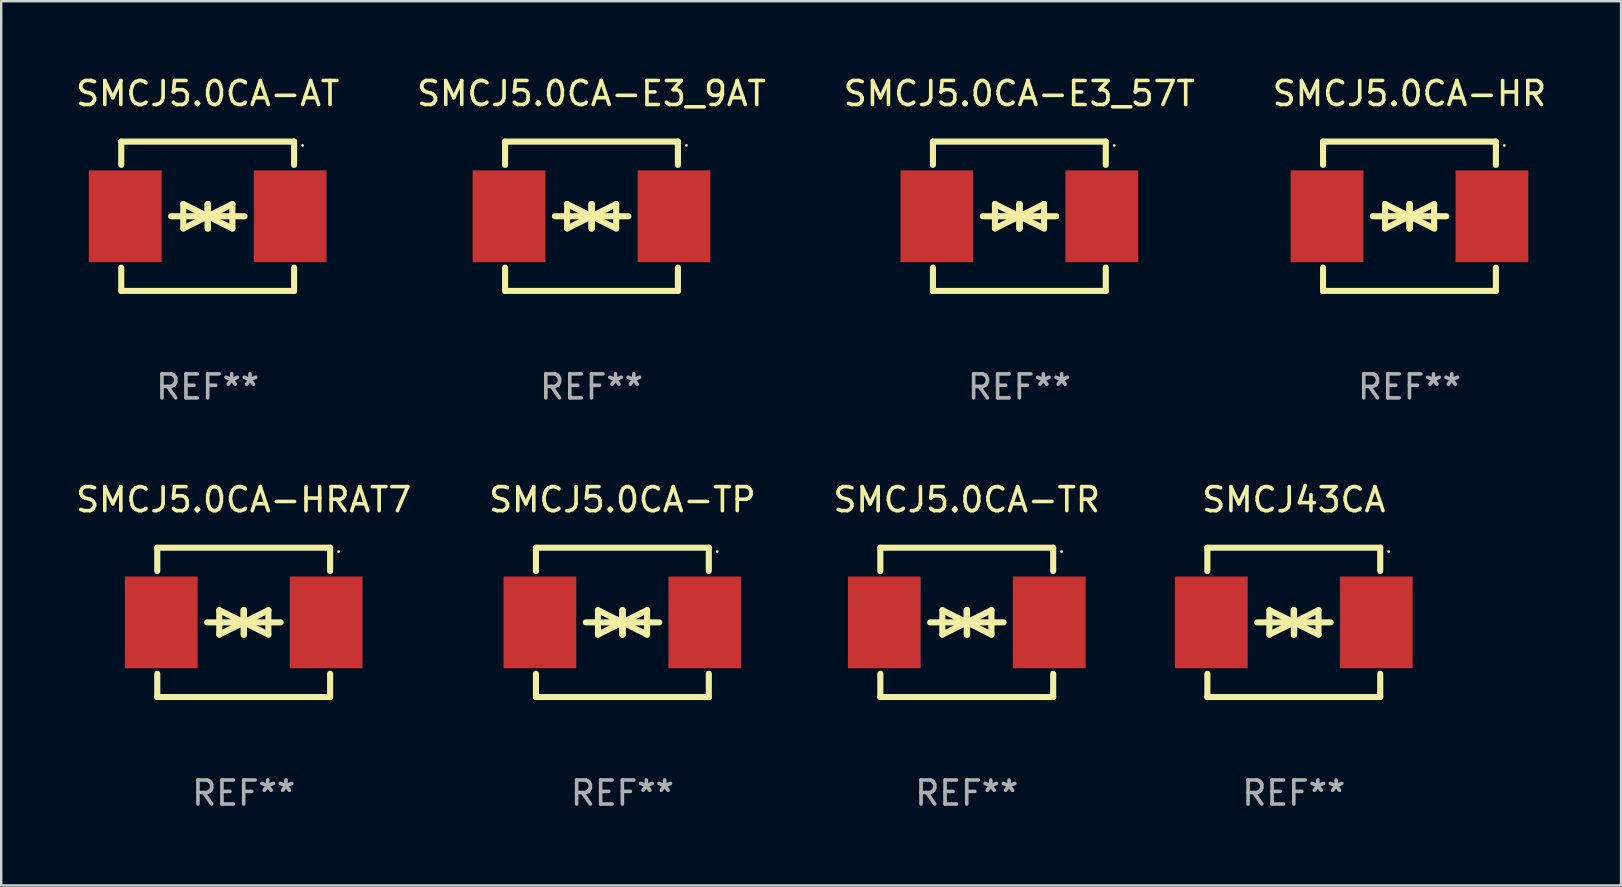
<source format=kicad_pcb>
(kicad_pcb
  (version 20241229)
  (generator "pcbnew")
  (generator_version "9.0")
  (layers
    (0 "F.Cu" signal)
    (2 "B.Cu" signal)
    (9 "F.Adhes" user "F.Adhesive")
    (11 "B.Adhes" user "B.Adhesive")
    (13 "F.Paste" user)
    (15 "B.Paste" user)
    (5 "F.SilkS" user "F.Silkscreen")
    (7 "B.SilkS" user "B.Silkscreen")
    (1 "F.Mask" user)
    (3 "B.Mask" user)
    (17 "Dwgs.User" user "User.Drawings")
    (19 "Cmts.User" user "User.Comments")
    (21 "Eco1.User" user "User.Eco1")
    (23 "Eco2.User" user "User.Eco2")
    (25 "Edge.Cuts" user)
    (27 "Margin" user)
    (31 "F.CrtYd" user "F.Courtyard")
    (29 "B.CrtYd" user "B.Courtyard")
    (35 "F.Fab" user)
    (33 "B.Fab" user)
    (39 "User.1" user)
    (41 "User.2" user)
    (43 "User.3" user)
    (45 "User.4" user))
  (footprint "SMCJ43CA"
    (layer "F.Cu")
    (at 50.843 22.875)
    (property "Reference" "SMCJ43CA" (at 0 -5.11 0) (layer "F.SilkS") (effects (font (size 1 1) (thickness 0.15))))
    (attr through_hole)
    (fp_line (start -3.6 -2.141) (end -3.6 -3.11) (stroke (width 0.254) (type solid)) (layer "F.SilkS"))
    (fp_line (start -3.6 3.11) (end -3.6 2.141) (stroke (width 0.254) (type solid)) (layer "F.SilkS"))
    (fp_line (start -1.524 0) (end 0.508 0) (stroke (width 0.254) (type solid)) (layer "F.SilkS"))
    (fp_line (start -1.016 -0.508) (end -1.016 0.508) (stroke (width 0.254) (type solid)) (layer "F.SilkS"))
    (fp_line (start -1.016 0.508) (end 0 0) (stroke (width 0.254) (type solid)) (layer "F.SilkS"))
    (fp_line (start 0 -0.508) (end 0 0.508) (stroke (width 0.254) (type solid)) (layer "F.SilkS"))
    (fp_line (start 0 0) (end -1.016 -0.508) (stroke (width 0.254) (type solid)) (layer "F.SilkS"))
    (fp_line (start 0 0) (end 0 -0.508) (stroke (width 0.254) (type solid)) (layer "F.SilkS"))
    (fp_line (start 0.012 0) (end 0.012 0.508) (stroke (width 0.254) (type solid)) (layer "F.SilkS"))
    (fp_line (start 0.012 0) (end 1.028 0.508) (stroke (width 0.254) (type solid)) (layer "F.SilkS"))
    (fp_line (start 0.012 0.508) (end 0.012 -0.508) (stroke (width 0.254) (type solid)) (layer "F.SilkS"))
    (fp_line (start 1.028 -0.508) (end 0.012 0) (stroke (width 0.254) (type solid)) (layer "F.SilkS"))
    (fp_line (start 1.028 0.508) (end 1.028 -0.508) (stroke (width 0.254) (type solid)) (layer "F.SilkS"))
    (fp_line (start 1.536 0) (end -0.496 0) (stroke (width 0.254) (type solid)) (layer "F.SilkS"))
    (fp_line (start 3.6 -3.11) (end -3.6 -3.11) (stroke (width 0.254) (type solid)) (layer "F.SilkS"))
    (fp_line (start 3.6 -2.141) (end 3.6 -3.11) (stroke (width 0.254) (type solid)) (layer "F.SilkS"))
    (fp_line (start 3.6 3.11) (end -3.6 3.11) (stroke (width 0.254) (type solid)) (layer "F.SilkS"))
    (fp_line (start 3.6 3.11) (end 3.6 2.141) (stroke (width 0.254) (type solid)) (layer "F.SilkS"))
    (fp_circle (center 3.952 -2.95) (end 3.982 -2.95) (stroke (width 0.06) (type solid)) (fill no) (layer "F.SilkS"))
    (fp_text user "REF**" (at 0 7.11 0) (layer "F.Fab") (effects (font (size 1 1) (thickness 0.15))))
    (pad "1" smd rect (at 3.435 0) (size 3.03 3.82) (layers "F.Cu" "F.Mask" "F.Paste"))
    (pad "2" smd rect (at -3.435 0) (size 3.03 3.82) (layers "F.Cu" "F.Mask" "F.Paste")))
  (footprint "SMCJ5.0CA-E3_9AT"
    (layer "F.Cu")
    (at 21.589 5.958)
    (property "Reference" "SMCJ5.0CA-E3_9AT" (at 0 -5.11 0) (layer "F.SilkS") (effects (font (size 1 1) (thickness 0.15))))
    (attr through_hole)
    (fp_line (start -3.6 -2.141) (end -3.6 -3.11) (stroke (width 0.254) (type solid)) (layer "F.SilkS"))
    (fp_line (start -3.6 3.11) (end -3.6 2.141) (stroke (width 0.254) (type solid)) (layer "F.SilkS"))
    (fp_line (start -1.524 0) (end 0.508 0) (stroke (width 0.254) (type solid)) (layer "F.SilkS"))
    (fp_line (start -1.016 -0.508) (end -1.016 0.508) (stroke (width 0.254) (type solid)) (layer "F.SilkS"))
    (fp_line (start -1.016 0.508) (end 0 0) (stroke (width 0.254) (type solid)) (layer "F.SilkS"))
    (fp_line (start 0 -0.508) (end 0 0.508) (stroke (width 0.254) (type solid)) (layer "F.SilkS"))
    (fp_line (start 0 0) (end -1.016 -0.508) (stroke (width 0.254) (type solid)) (layer "F.SilkS"))
    (fp_line (start 0 0) (end 0 -0.508) (stroke (width 0.254) (type solid)) (layer "F.SilkS"))
    (fp_line (start 0.012 0) (end 0.012 0.508) (stroke (width 0.254) (type solid)) (layer "F.SilkS"))
    (fp_line (start 0.012 0) (end 1.028 0.508) (stroke (width 0.254) (type solid)) (layer "F.SilkS"))
    (fp_line (start 0.012 0.508) (end 0.012 -0.508) (stroke (width 0.254) (type solid)) (layer "F.SilkS"))
    (fp_line (start 1.028 -0.508) (end 0.012 0) (stroke (width 0.254) (type solid)) (layer "F.SilkS"))
    (fp_line (start 1.028 0.508) (end 1.028 -0.508) (stroke (width 0.254) (type solid)) (layer "F.SilkS"))
    (fp_line (start 1.536 0) (end -0.496 0) (stroke (width 0.254) (type solid)) (layer "F.SilkS"))
    (fp_line (start 3.6 -3.11) (end -3.6 -3.11) (stroke (width 0.254) (type solid)) (layer "F.SilkS"))
    (fp_line (start 3.6 -2.141) (end 3.6 -3.11) (stroke (width 0.254) (type solid)) (layer "F.SilkS"))
    (fp_line (start 3.6 3.11) (end -3.6 3.11) (stroke (width 0.254) (type solid)) (layer "F.SilkS"))
    (fp_line (start 3.6 3.11) (end 3.6 2.141) (stroke (width 0.254) (type solid)) (layer "F.SilkS"))
    (fp_circle (center 3.952 -2.95) (end 3.982 -2.95) (stroke (width 0.06) (type solid)) (fill no) (layer "F.SilkS"))
    (fp_text user "REF**" (at 0 7.11 0) (layer "F.Fab") (effects (font (size 1 1) (thickness 0.15))))
    (pad "1" smd rect (at 3.435 0) (size 3.03 3.82) (layers "F.Cu" "F.Mask" "F.Paste"))
    (pad "2" smd rect (at -3.435 0) (size 3.03 3.82) (layers "F.Cu" "F.Mask" "F.Paste")))
  (footprint "SMCJ5.0CA-E3_57T"
    (layer "F.Cu")
    (at 39.411 5.958)
    (property "Reference" "SMCJ5.0CA-E3_57T" (at 0 -5.11 0) (layer "F.SilkS") (effects (font (size 1 1) (thickness 0.15))))
    (attr through_hole)
    (fp_line (start -3.6 -2.141) (end -3.6 -3.11) (stroke (width 0.254) (type solid)) (layer "F.SilkS"))
    (fp_line (start -3.6 3.11) (end -3.6 2.141) (stroke (width 0.254) (type solid)) (layer "F.SilkS"))
    (fp_line (start -1.524 0) (end 0.508 0) (stroke (width 0.254) (type solid)) (layer "F.SilkS"))
    (fp_line (start -1.016 -0.508) (end -1.016 0.508) (stroke (width 0.254) (type solid)) (layer "F.SilkS"))
    (fp_line (start -1.016 0.508) (end 0 0) (stroke (width 0.254) (type solid)) (layer "F.SilkS"))
    (fp_line (start 0 -0.508) (end 0 0.508) (stroke (width 0.254) (type solid)) (layer "F.SilkS"))
    (fp_line (start 0 0) (end -1.016 -0.508) (stroke (width 0.254) (type solid)) (layer "F.SilkS"))
    (fp_line (start 0 0) (end 0 -0.508) (stroke (width 0.254) (type solid)) (layer "F.SilkS"))
    (fp_line (start 0.012 0) (end 0.012 0.508) (stroke (width 0.254) (type solid)) (layer "F.SilkS"))
    (fp_line (start 0.012 0) (end 1.028 0.508) (stroke (width 0.254) (type solid)) (layer "F.SilkS"))
    (fp_line (start 0.012 0.508) (end 0.012 -0.508) (stroke (width 0.254) (type solid)) (layer "F.SilkS"))
    (fp_line (start 1.028 -0.508) (end 0.012 0) (stroke (width 0.254) (type solid)) (layer "F.SilkS"))
    (fp_line (start 1.028 0.508) (end 1.028 -0.508) (stroke (width 0.254) (type solid)) (layer "F.SilkS"))
    (fp_line (start 1.536 0) (end -0.496 0) (stroke (width 0.254) (type solid)) (layer "F.SilkS"))
    (fp_line (start 3.6 -3.11) (end -3.6 -3.11) (stroke (width 0.254) (type solid)) (layer "F.SilkS"))
    (fp_line (start 3.6 -2.141) (end 3.6 -3.11) (stroke (width 0.254) (type solid)) (layer "F.SilkS"))
    (fp_line (start 3.6 3.11) (end -3.6 3.11) (stroke (width 0.254) (type solid)) (layer "F.SilkS"))
    (fp_line (start 3.6 3.11) (end 3.6 2.141) (stroke (width 0.254) (type solid)) (layer "F.SilkS"))
    (fp_circle (center 3.952 -2.95) (end 3.982 -2.95) (stroke (width 0.06) (type solid)) (fill no) (layer "F.SilkS"))
    (fp_text user "REF**" (at 0 7.11 0) (layer "F.Fab") (effects (font (size 1 1) (thickness 0.15))))
    (pad "1" smd rect (at 3.435 0) (size 3.03 3.82) (layers "F.Cu" "F.Mask" "F.Paste"))
    (pad "2" smd rect (at -3.435 0) (size 3.03 3.82) (layers "F.Cu" "F.Mask" "F.Paste")))
  (footprint "SMCJ5.0CA-TR"
    (layer "F.Cu")
    (at 37.22 22.875)
    (property "Reference" "SMCJ5.0CA-TR" (at 0 -5.11 0) (layer "F.SilkS") (effects (font (size 1 1) (thickness 0.15))))
    (attr through_hole)
    (fp_line (start -3.6 -2.141) (end -3.6 -3.11) (stroke (width 0.254) (type solid)) (layer "F.SilkS"))
    (fp_line (start -3.6 3.11) (end -3.6 2.141) (stroke (width 0.254) (type solid)) (layer "F.SilkS"))
    (fp_line (start -1.524 0) (end 0.508 0) (stroke (width 0.254) (type solid)) (layer "F.SilkS"))
    (fp_line (start -1.016 -0.508) (end -1.016 0.508) (stroke (width 0.254) (type solid)) (layer "F.SilkS"))
    (fp_line (start -1.016 0.508) (end 0 0) (stroke (width 0.254) (type solid)) (layer "F.SilkS"))
    (fp_line (start 0 -0.508) (end 0 0.508) (stroke (width 0.254) (type solid)) (layer "F.SilkS"))
    (fp_line (start 0 0) (end -1.016 -0.508) (stroke (width 0.254) (type solid)) (layer "F.SilkS"))
    (fp_line (start 0 0) (end 0 -0.508) (stroke (width 0.254) (type solid)) (layer "F.SilkS"))
    (fp_line (start 0.012 0) (end 0.012 0.508) (stroke (width 0.254) (type solid)) (layer "F.SilkS"))
    (fp_line (start 0.012 0) (end 1.028 0.508) (stroke (width 0.254) (type solid)) (layer "F.SilkS"))
    (fp_line (start 0.012 0.508) (end 0.012 -0.508) (stroke (width 0.254) (type solid)) (layer "F.SilkS"))
    (fp_line (start 1.028 -0.508) (end 0.012 0) (stroke (width 0.254) (type solid)) (layer "F.SilkS"))
    (fp_line (start 1.028 0.508) (end 1.028 -0.508) (stroke (width 0.254) (type solid)) (layer "F.SilkS"))
    (fp_line (start 1.536 0) (end -0.496 0) (stroke (width 0.254) (type solid)) (layer "F.SilkS"))
    (fp_line (start 3.6 -3.11) (end -3.6 -3.11) (stroke (width 0.254) (type solid)) (layer "F.SilkS"))
    (fp_line (start 3.6 -2.141) (end 3.6 -3.11) (stroke (width 0.254) (type solid)) (layer "F.SilkS"))
    (fp_line (start 3.6 3.11) (end -3.6 3.11) (stroke (width 0.254) (type solid)) (layer "F.SilkS"))
    (fp_line (start 3.6 3.11) (end 3.6 2.141) (stroke (width 0.254) (type solid)) (layer "F.SilkS"))
    (fp_circle (center 3.952 -2.95) (end 3.982 -2.95) (stroke (width 0.06) (type solid)) (fill no) (layer "F.SilkS"))
    (fp_text user "REF**" (at 0 7.11 0) (layer "F.Fab") (effects (font (size 1 1) (thickness 0.15))))
    (pad "1" smd rect (at 3.435 0) (size 3.03 3.82) (layers "F.Cu" "F.Mask" "F.Paste"))
    (pad "2" smd rect (at -3.435 0) (size 3.03 3.82) (layers "F.Cu" "F.Mask" "F.Paste")))
  (footprint "SMCJ5.0CA-TP"
    (layer "F.Cu")
    (at 22.875 22.875)
    (property "Reference" "SMCJ5.0CA-TP" (at 0 -5.11 0) (layer "F.SilkS") (effects (font (size 1 1) (thickness 0.15))))
    (attr through_hole)
    (fp_line (start -3.6 -2.141) (end -3.6 -3.11) (stroke (width 0.254) (type solid)) (layer "F.SilkS"))
    (fp_line (start -3.6 3.11) (end -3.6 2.141) (stroke (width 0.254) (type solid)) (layer "F.SilkS"))
    (fp_line (start -1.524 0) (end 0.508 0) (stroke (width 0.254) (type solid)) (layer "F.SilkS"))
    (fp_line (start -1.016 -0.508) (end -1.016 0.508) (stroke (width 0.254) (type solid)) (layer "F.SilkS"))
    (fp_line (start -1.016 0.508) (end 0 0) (stroke (width 0.254) (type solid)) (layer "F.SilkS"))
    (fp_line (start 0 -0.508) (end 0 0.508) (stroke (width 0.254) (type solid)) (layer "F.SilkS"))
    (fp_line (start 0 0) (end -1.016 -0.508) (stroke (width 0.254) (type solid)) (layer "F.SilkS"))
    (fp_line (start 0 0) (end 0 -0.508) (stroke (width 0.254) (type solid)) (layer "F.SilkS"))
    (fp_line (start 0.012 0) (end 0.012 0.508) (stroke (width 0.254) (type solid)) (layer "F.SilkS"))
    (fp_line (start 0.012 0) (end 1.028 0.508) (stroke (width 0.254) (type solid)) (layer "F.SilkS"))
    (fp_line (start 0.012 0.508) (end 0.012 -0.508) (stroke (width 0.254) (type solid)) (layer "F.SilkS"))
    (fp_line (start 1.028 -0.508) (end 0.012 0) (stroke (width 0.254) (type solid)) (layer "F.SilkS"))
    (fp_line (start 1.028 0.508) (end 1.028 -0.508) (stroke (width 0.254) (type solid)) (layer "F.SilkS"))
    (fp_line (start 1.536 0) (end -0.496 0) (stroke (width 0.254) (type solid)) (layer "F.SilkS"))
    (fp_line (start 3.6 -3.11) (end -3.6 -3.11) (stroke (width 0.254) (type solid)) (layer "F.SilkS"))
    (fp_line (start 3.6 -2.141) (end 3.6 -3.11) (stroke (width 0.254) (type solid)) (layer "F.SilkS"))
    (fp_line (start 3.6 3.11) (end -3.6 3.11) (stroke (width 0.254) (type solid)) (layer "F.SilkS"))
    (fp_line (start 3.6 3.11) (end 3.6 2.141) (stroke (width 0.254) (type solid)) (layer "F.SilkS"))
    (fp_circle (center 3.952 -2.95) (end 3.982 -2.95) (stroke (width 0.06) (type solid)) (fill no) (layer "F.SilkS"))
    (fp_text user "REF**" (at 0 7.11 0) (layer "F.Fab") (effects (font (size 1 1) (thickness 0.15))))
    (pad "1" smd rect (at 3.435 0) (size 3.03 3.82) (layers "F.Cu" "F.Mask" "F.Paste"))
    (pad "2" smd rect (at -3.435 0) (size 3.03 3.82) (layers "F.Cu" "F.Mask" "F.Paste")))
  (footprint "SMCJ5.0CA-HR"
    (layer "F.Cu")
    (at 55.661 5.958)
    (property "Reference" "SMCJ5.0CA-HR" (at 0 -5.11 0) (layer "F.SilkS") (effects (font (size 1 1) (thickness 0.15))))
    (attr through_hole)
    (fp_line (start -3.6 -2.141) (end -3.6 -3.11) (stroke (width 0.254) (type solid)) (layer "F.SilkS"))
    (fp_line (start -3.6 3.11) (end -3.6 2.141) (stroke (width 0.254) (type solid)) (layer "F.SilkS"))
    (fp_line (start -1.524 0) (end 0.508 0) (stroke (width 0.254) (type solid)) (layer "F.SilkS"))
    (fp_line (start -1.016 -0.508) (end -1.016 0.508) (stroke (width 0.254) (type solid)) (layer "F.SilkS"))
    (fp_line (start -1.016 0.508) (end 0 0) (stroke (width 0.254) (type solid)) (layer "F.SilkS"))
    (fp_line (start 0 -0.508) (end 0 0.508) (stroke (width 0.254) (type solid)) (layer "F.SilkS"))
    (fp_line (start 0 0) (end -1.016 -0.508) (stroke (width 0.254) (type solid)) (layer "F.SilkS"))
    (fp_line (start 0 0) (end 0 -0.508) (stroke (width 0.254) (type solid)) (layer "F.SilkS"))
    (fp_line (start 0.012 0) (end 0.012 0.508) (stroke (width 0.254) (type solid)) (layer "F.SilkS"))
    (fp_line (start 0.012 0) (end 1.028 0.508) (stroke (width 0.254) (type solid)) (layer "F.SilkS"))
    (fp_line (start 0.012 0.508) (end 0.012 -0.508) (stroke (width 0.254) (type solid)) (layer "F.SilkS"))
    (fp_line (start 1.028 -0.508) (end 0.012 0) (stroke (width 0.254) (type solid)) (layer "F.SilkS"))
    (fp_line (start 1.028 0.508) (end 1.028 -0.508) (stroke (width 0.254) (type solid)) (layer "F.SilkS"))
    (fp_line (start 1.536 0) (end -0.496 0) (stroke (width 0.254) (type solid)) (layer "F.SilkS"))
    (fp_line (start 3.6 -3.11) (end -3.6 -3.11) (stroke (width 0.254) (type solid)) (layer "F.SilkS"))
    (fp_line (start 3.6 -2.141) (end 3.6 -3.11) (stroke (width 0.254) (type solid)) (layer "F.SilkS"))
    (fp_line (start 3.6 3.11) (end -3.6 3.11) (stroke (width 0.254) (type solid)) (layer "F.SilkS"))
    (fp_line (start 3.6 3.11) (end 3.6 2.141) (stroke (width 0.254) (type solid)) (layer "F.SilkS"))
    (fp_circle (center 3.952 -2.95) (end 3.982 -2.95) (stroke (width 0.06) (type solid)) (fill no) (layer "F.SilkS"))
    (fp_text user "REF**" (at 0 7.11 0) (layer "F.Fab") (effects (font (size 1 1) (thickness 0.15))))
    (pad "1" smd rect (at 3.435 0) (size 3.03 3.82) (layers "F.Cu" "F.Mask" "F.Paste"))
    (pad "2" smd rect (at -3.435 0) (size 3.03 3.82) (layers "F.Cu" "F.Mask" "F.Paste")))
  (footprint "SMCJ5.0CA-AT"
    (layer "F.Cu")
    (at 5.601 5.958)
    (property "Reference" "SMCJ5.0CA-AT" (at 0 -5.11 0) (layer "F.SilkS") (effects (font (size 1 1) (thickness 0.15))))
    (attr through_hole)
    (fp_line (start -3.6 -2.141) (end -3.6 -3.11) (stroke (width 0.254) (type solid)) (layer "F.SilkS"))
    (fp_line (start -3.6 3.11) (end -3.6 2.141) (stroke (width 0.254) (type solid)) (layer "F.SilkS"))
    (fp_line (start -1.524 0) (end 0.508 0) (stroke (width 0.254) (type solid)) (layer "F.SilkS"))
    (fp_line (start -1.016 -0.508) (end -1.016 0.508) (stroke (width 0.254) (type solid)) (layer "F.SilkS"))
    (fp_line (start -1.016 0.508) (end 0 0) (stroke (width 0.254) (type solid)) (layer "F.SilkS"))
    (fp_line (start 0 -0.508) (end 0 0.508) (stroke (width 0.254) (type solid)) (layer "F.SilkS"))
    (fp_line (start 0 0) (end -1.016 -0.508) (stroke (width 0.254) (type solid)) (layer "F.SilkS"))
    (fp_line (start 0 0) (end 0 -0.508) (stroke (width 0.254) (type solid)) (layer "F.SilkS"))
    (fp_line (start 0.012 0) (end 0.012 0.508) (stroke (width 0.254) (type solid)) (layer "F.SilkS"))
    (fp_line (start 0.012 0) (end 1.028 0.508) (stroke (width 0.254) (type solid)) (layer "F.SilkS"))
    (fp_line (start 0.012 0.508) (end 0.012 -0.508) (stroke (width 0.254) (type solid)) (layer "F.SilkS"))
    (fp_line (start 1.028 -0.508) (end 0.012 0) (stroke (width 0.254) (type solid)) (layer "F.SilkS"))
    (fp_line (start 1.028 0.508) (end 1.028 -0.508) (stroke (width 0.254) (type solid)) (layer "F.SilkS"))
    (fp_line (start 1.536 0) (end -0.496 0) (stroke (width 0.254) (type solid)) (layer "F.SilkS"))
    (fp_line (start 3.6 -3.11) (end -3.6 -3.11) (stroke (width 0.254) (type solid)) (layer "F.SilkS"))
    (fp_line (start 3.6 -2.141) (end 3.6 -3.11) (stroke (width 0.254) (type solid)) (layer "F.SilkS"))
    (fp_line (start 3.6 3.11) (end -3.6 3.11) (stroke (width 0.254) (type solid)) (layer "F.SilkS"))
    (fp_line (start 3.6 3.11) (end 3.6 2.141) (stroke (width 0.254) (type solid)) (layer "F.SilkS"))
    (fp_circle (center 3.952 -2.95) (end 3.982 -2.95) (stroke (width 0.06) (type solid)) (fill no) (layer "F.SilkS"))
    (fp_text user "REF**" (at 0 7.11 0) (layer "F.Fab") (effects (font (size 1 1) (thickness 0.15))))
    (pad "1" smd rect (at 3.435 0) (size 3.03 3.82) (layers "F.Cu" "F.Mask" "F.Paste"))
    (pad "2" smd rect (at -3.435 0) (size 3.03 3.82) (layers "F.Cu" "F.Mask" "F.Paste")))
  (footprint "SMCJ5.0CA-HRAT7"
    (layer "F.Cu")
    (at 7.101 22.875)
    (property "Reference" "SMCJ5.0CA-HRAT7" (at 0 -5.11 0) (layer "F.SilkS") (effects (font (size 1 1) (thickness 0.15))))
    (attr through_hole)
    (fp_line (start -3.6 -2.141) (end -3.6 -3.11) (stroke (width 0.254) (type solid)) (layer "F.SilkS"))
    (fp_line (start -3.6 3.11) (end -3.6 2.141) (stroke (width 0.254) (type solid)) (layer "F.SilkS"))
    (fp_line (start -1.524 0) (end 0.508 0) (stroke (width 0.254) (type solid)) (layer "F.SilkS"))
    (fp_line (start -1.016 -0.508) (end -1.016 0.508) (stroke (width 0.254) (type solid)) (layer "F.SilkS"))
    (fp_line (start -1.016 0.508) (end 0 0) (stroke (width 0.254) (type solid)) (layer "F.SilkS"))
    (fp_line (start 0 -0.508) (end 0 0.508) (stroke (width 0.254) (type solid)) (layer "F.SilkS"))
    (fp_line (start 0 0) (end -1.016 -0.508) (stroke (width 0.254) (type solid)) (layer "F.SilkS"))
    (fp_line (start 0 0) (end 0 -0.508) (stroke (width 0.254) (type solid)) (layer "F.SilkS"))
    (fp_line (start 0.012 0) (end 0.012 0.508) (stroke (width 0.254) (type solid)) (layer "F.SilkS"))
    (fp_line (start 0.012 0) (end 1.028 0.508) (stroke (width 0.254) (type solid)) (layer "F.SilkS"))
    (fp_line (start 0.012 0.508) (end 0.012 -0.508) (stroke (width 0.254) (type solid)) (layer "F.SilkS"))
    (fp_line (start 1.028 -0.508) (end 0.012 0) (stroke (width 0.254) (type solid)) (layer "F.SilkS"))
    (fp_line (start 1.028 0.508) (end 1.028 -0.508) (stroke (width 0.254) (type solid)) (layer "F.SilkS"))
    (fp_line (start 1.536 0) (end -0.496 0) (stroke (width 0.254) (type solid)) (layer "F.SilkS"))
    (fp_line (start 3.6 -3.11) (end -3.6 -3.11) (stroke (width 0.254) (type solid)) (layer "F.SilkS"))
    (fp_line (start 3.6 -2.141) (end 3.6 -3.11) (stroke (width 0.254) (type solid)) (layer "F.SilkS"))
    (fp_line (start 3.6 3.11) (end -3.6 3.11) (stroke (width 0.254) (type solid)) (layer "F.SilkS"))
    (fp_line (start 3.6 3.11) (end 3.6 2.141) (stroke (width 0.254) (type solid)) (layer "F.SilkS"))
    (fp_circle (center 3.952 -2.95) (end 3.982 -2.95) (stroke (width 0.06) (type solid)) (fill no) (layer "F.SilkS"))
    (fp_text user "REF**" (at 0 7.11 0) (layer "F.Fab") (effects (font (size 1 1) (thickness 0.15))))
    (pad "1" smd rect (at 3.435 0) (size 3.03 3.82) (layers "F.Cu" "F.Mask" "F.Paste"))
    (pad "2" smd rect (at -3.435 0) (size 3.03 3.82) (layers "F.Cu" "F.Mask" "F.Paste")))
  (gr_rect
    (start -3 -3)
    (end 64.476 33.833)
    (stroke (width 0.1) (type default))
    (fill no)
    (layer "Edge.Cuts")))
</source>
